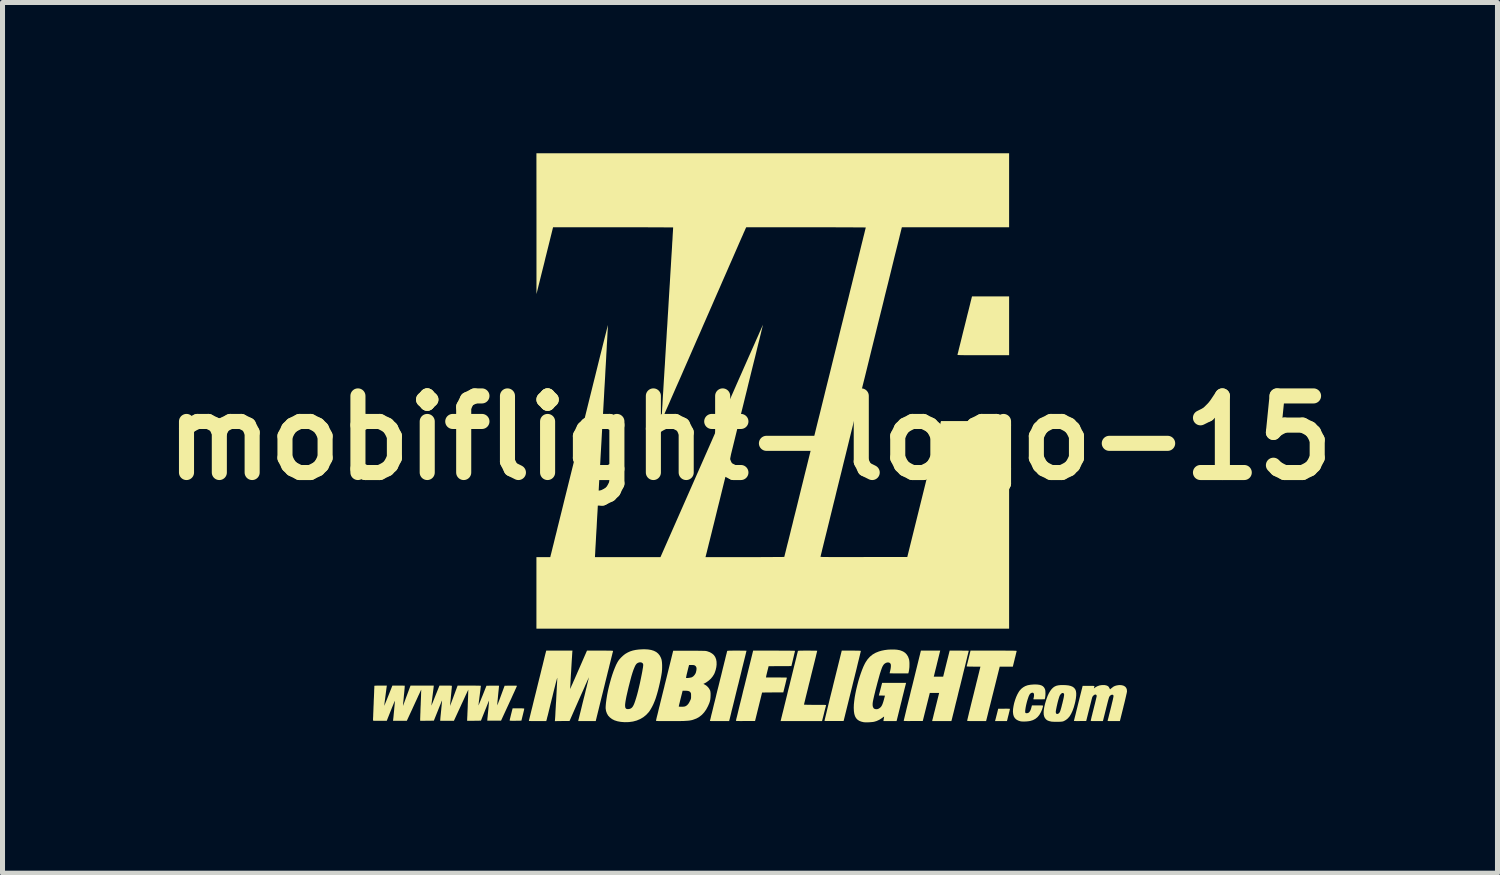
<source format=kicad_pcb>
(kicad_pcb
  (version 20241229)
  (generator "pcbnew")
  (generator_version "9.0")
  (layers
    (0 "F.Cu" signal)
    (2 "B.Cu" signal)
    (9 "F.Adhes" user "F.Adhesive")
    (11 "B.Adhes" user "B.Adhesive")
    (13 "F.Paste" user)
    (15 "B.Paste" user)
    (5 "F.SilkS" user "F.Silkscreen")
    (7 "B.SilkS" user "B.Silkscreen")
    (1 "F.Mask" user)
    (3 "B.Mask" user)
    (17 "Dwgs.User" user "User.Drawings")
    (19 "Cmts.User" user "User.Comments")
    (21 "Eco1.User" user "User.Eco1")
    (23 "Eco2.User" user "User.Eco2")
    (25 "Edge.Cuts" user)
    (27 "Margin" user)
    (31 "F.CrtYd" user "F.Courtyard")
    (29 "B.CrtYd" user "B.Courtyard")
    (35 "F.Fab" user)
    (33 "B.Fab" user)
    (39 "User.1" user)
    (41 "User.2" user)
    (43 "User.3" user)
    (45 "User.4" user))
  (footprint "mobiflight-logo-15"
    (layer "F.Cu")
    (at 11.873 5.662)
    (property "Reference" "mobiflight-logo-15" (at 0 0 0) (layer "F.SilkS") (effects (font (size 1.524 1.524) (thickness 0.3))))
    (attr board_only exclude_from_pos_files exclude_from_bom)
    (fp_poly (pts (xy 5.132 5.389) (xy 5.155 5.39) (xy 5.168 5.391) (xy 5.172 5.393) (xy 5.17 5.399) (xy 5.167 5.415) (xy 5.162 5.437) (xy 5.155 5.463) (xy 5.148 5.494) (xy 5.14 5.525) (xy 5.132 5.556) (xy 5.125 5.585) (xy 5.119 5.61) (xy 5.117 5.615) (xy 5.112 5.635) (xy 4.874 5.635) (xy 4.878 5.623) (xy 4.881 5.615) (xy 4.885 5.597) (xy 4.892 5.573) (xy 4.899 5.543) (xy 4.908 5.51) (xy 4.91 5.501) (xy 4.938 5.39) (xy 5.055 5.389) (xy 5.099 5.388)) (stroke (width 0) (type solid)) (fill yes) (layer "F.SilkS"))
    (fp_poly (pts (xy -4.57 5.382) (xy -4.541 5.382) (xy -4.52 5.383) (xy -4.506 5.384) (xy -4.498 5.385) (xy -4.494 5.387) (xy -4.492 5.39) (xy -4.492 5.391) (xy -4.494 5.399) (xy -4.497 5.416) (xy -4.503 5.44) (xy -4.51 5.469) (xy -4.518 5.502) (xy -4.521 5.514) (xy -4.549 5.627) (xy -4.666 5.629) (xy -4.71 5.629) (xy -4.744 5.629) (xy -4.767 5.628) (xy -4.78 5.626) (xy -4.783 5.625) (xy -4.782 5.618) (xy -4.779 5.603) (xy -4.774 5.581) (xy -4.767 5.554) (xy -4.76 5.524) (xy -4.752 5.492) (xy -4.744 5.461) (xy -4.737 5.432) (xy -4.73 5.407) (xy -4.729 5.402) (xy -4.724 5.382) (xy -4.608 5.382)) (stroke (width 0) (type solid)) (fill yes) (layer "F.SilkS"))
    (fp_poly (pts (xy 5.155 -1.645) (xy 4.64 -1.645) (xy 4.554 -1.645) (xy 4.478 -1.645) (xy 4.412 -1.645) (xy 4.354 -1.645) (xy 4.305 -1.645) (xy 4.263 -1.645) (xy 4.228 -1.646) (xy 4.2 -1.646) (xy 4.177 -1.647) (xy 4.16 -1.647) (xy 4.147 -1.648) (xy 4.138 -1.649) (xy 4.132 -1.65) (xy 4.129 -1.651) (xy 4.127 -1.653) (xy 4.128 -1.654) (xy 4.128 -1.654) (xy 4.129 -1.661) (xy 4.133 -1.677) (xy 4.14 -1.702) (xy 4.148 -1.736) (xy 4.158 -1.777) (xy 4.17 -1.825) (xy 4.184 -1.88) (xy 4.199 -1.94) (xy 4.215 -2.005) (xy 4.232 -2.075) (xy 4.25 -2.147) (xy 4.268 -2.218) (xy 4.287 -2.294) (xy 4.305 -2.367) (xy 4.322 -2.437) (xy 4.339 -2.503) (xy 4.354 -2.563) (xy 4.368 -2.619) (xy 4.38 -2.668) (xy 4.39 -2.71) (xy 4.399 -2.744) (xy 4.405 -2.77) (xy 4.41 -2.787) (xy 4.411 -2.794) (xy 4.417 -2.815) (xy 5.155 -2.815)) (stroke (width 0) (type solid)) (fill yes) (layer "F.SilkS"))
    (fp_poly (pts (xy 2.068 4.233) (xy 2.11 4.234) (xy 2.144 4.234) (xy 2.169 4.235) (xy 2.187 4.236) (xy 2.199 4.237) (xy 2.204 4.239) (xy 2.205 4.24) (xy 2.204 4.246) (xy 2.2 4.262) (xy 2.194 4.287) (xy 2.186 4.321) (xy 2.176 4.362) (xy 2.164 4.411) (xy 2.15 4.467) (xy 2.135 4.529) (xy 2.119 4.597) (xy 2.101 4.669) (xy 2.082 4.746) (xy 2.062 4.826) (xy 2.041 4.91) (xy 2.034 4.94) (xy 1.862 5.633) (xy 1.673 5.634) (xy 1.629 5.634) (xy 1.588 5.634) (xy 1.553 5.634) (xy 1.523 5.634) (xy 1.5 5.633) (xy 1.486 5.632) (xy 1.482 5.631) (xy 1.483 5.626) (xy 1.486 5.61) (xy 1.492 5.586) (xy 1.5 5.552) (xy 1.51 5.511) (xy 1.522 5.462) (xy 1.535 5.406) (xy 1.55 5.345) (xy 1.567 5.277) (xy 1.584 5.205) (xy 1.603 5.128) (xy 1.623 5.048) (xy 1.644 4.965) (xy 1.652 4.93) (xy 1.825 4.233) (xy 2.015 4.233)) (stroke (width 0) (type solid)) (fill yes) (layer "F.SilkS"))
    (fp_poly (pts (xy 0.545 4.233) (xy 0.607 4.234) (xy 0.666 4.234) (xy 0.72 4.234) (xy 0.768 4.234) (xy 0.81 4.235) (xy 0.844 4.235) (xy 0.87 4.236) (xy 0.888 4.237) (xy 0.895 4.237) (xy 0.895 4.237) (xy 0.894 4.243) (xy 0.891 4.259) (xy 0.885 4.282) (xy 0.878 4.311) (xy 0.87 4.345) (xy 0.861 4.383) (xy 0.859 4.391) (xy 0.823 4.541) (xy 0.596 4.542) (xy 0.37 4.543) (xy 0.347 4.635) (xy 0.339 4.667) (xy 0.332 4.696) (xy 0.326 4.721) (xy 0.322 4.739) (xy 0.321 4.747) (xy 0.317 4.767) (xy 0.525 4.767) (xy 0.572 4.767) (xy 0.614 4.768) (xy 0.652 4.768) (xy 0.684 4.769) (xy 0.709 4.769) (xy 0.726 4.77) (xy 0.733 4.771) (xy 0.733 4.771) (xy 0.732 4.777) (xy 0.729 4.792) (xy 0.723 4.815) (xy 0.716 4.844) (xy 0.708 4.879) (xy 0.699 4.916) (xy 0.698 4.919) (xy 0.662 5.064) (xy 0.451 5.065) (xy 0.24 5.067) (xy 0.17 5.35) (xy 0.1 5.633) (xy -0.09 5.634) (xy -0.143 5.634) (xy -0.185 5.635) (xy -0.218 5.634) (xy -0.244 5.634) (xy -0.261 5.633) (xy -0.273 5.632) (xy -0.279 5.63) (xy -0.281 5.629) (xy -0.279 5.623) (xy -0.276 5.607) (xy -0.27 5.582) (xy -0.261 5.548) (xy -0.251 5.507) (xy -0.239 5.457) (xy -0.226 5.402) (xy -0.211 5.34) (xy -0.194 5.272) (xy -0.176 5.2) (xy -0.157 5.123) (xy -0.138 5.042) (xy -0.117 4.959) (xy -0.109 4.928) (xy 0.062 4.233) (xy 0.479 4.233)) (stroke (width 0) (type solid)) (fill yes) (layer "F.SilkS"))
    (fp_poly (pts (xy -0.217 4.233) (xy -0.176 4.234) (xy -0.141 4.234) (xy -0.111 4.234) (xy -0.088 4.235) (xy -0.074 4.235) (xy -0.07 4.236) (xy -0.071 4.241) (xy -0.075 4.256) (xy -0.081 4.281) (xy -0.089 4.314) (xy -0.099 4.355) (xy -0.111 4.403) (xy -0.125 4.459) (xy -0.14 4.52) (xy -0.157 4.587) (xy -0.174 4.659) (xy -0.193 4.736) (xy -0.213 4.816) (xy -0.233 4.899) (xy -0.24 4.924) (xy -0.261 5.009) (xy -0.281 5.09) (xy -0.3 5.168) (xy -0.318 5.242) (xy -0.335 5.311) (xy -0.351 5.375) (xy -0.366 5.433) (xy -0.378 5.485) (xy -0.389 5.529) (xy -0.398 5.566) (xy -0.405 5.594) (xy -0.41 5.613) (xy -0.412 5.622) (xy -0.413 5.623) (xy -0.415 5.635) (xy -0.607 5.635) (xy -0.651 5.635) (xy -0.692 5.635) (xy -0.727 5.635) (xy -0.757 5.635) (xy -0.78 5.634) (xy -0.794 5.634) (xy -0.798 5.633) (xy -0.797 5.628) (xy -0.793 5.613) (xy -0.787 5.589) (xy -0.779 5.556) (xy -0.77 5.516) (xy -0.758 5.47) (xy -0.745 5.417) (xy -0.731 5.359) (xy -0.716 5.297) (xy -0.699 5.231) (xy -0.682 5.162) (xy -0.665 5.09) (xy -0.647 5.017) (xy -0.628 4.943) (xy -0.61 4.87) (xy -0.592 4.796) (xy -0.574 4.725) (xy -0.557 4.655) (xy -0.541 4.588) (xy -0.525 4.525) (xy -0.511 4.467) (xy -0.497 4.413) (xy -0.486 4.366) (xy -0.476 4.325) (xy -0.467 4.292) (xy -0.461 4.266) (xy -0.457 4.25) (xy -0.455 4.243) (xy -0.455 4.243) (xy -0.454 4.24) (xy -0.451 4.238) (xy -0.444 4.237) (xy -0.435 4.235) (xy -0.42 4.235) (xy -0.399 4.234) (xy -0.371 4.234) (xy -0.335 4.233) (xy -0.289 4.233) (xy -0.261 4.233)) (stroke (width 0) (type solid)) (fill yes) (layer "F.SilkS"))
    (fp_poly (pts (xy 4.206 4.233) (xy 4.246 4.234) (xy 4.282 4.234) (xy 4.312 4.234) (xy 4.334 4.235) (xy 4.348 4.236) (xy 4.352 4.236) (xy 4.351 4.242) (xy 4.347 4.257) (xy 4.341 4.281) (xy 4.333 4.313) (xy 4.323 4.353) (xy 4.312 4.4) (xy 4.299 4.452) (xy 4.285 4.51) (xy 4.27 4.572) (xy 4.253 4.638) (xy 4.236 4.707) (xy 4.219 4.779) (xy 4.201 4.851) (xy 4.183 4.925) (xy 4.164 4.999) (xy 4.146 5.071) (xy 4.129 5.143) (xy 4.112 5.212) (xy 4.095 5.278) (xy 4.08 5.34) (xy 4.066 5.398) (xy 4.053 5.451) (xy 4.041 5.498) (xy 4.031 5.538) (xy 4.023 5.571) (xy 4.017 5.595) (xy 4.013 5.61) (xy 4.012 5.615) (xy 4.006 5.635) (xy 3.624 5.635) (xy 3.626 5.623) (xy 3.628 5.616) (xy 3.632 5.599) (xy 3.639 5.574) (xy 3.647 5.541) (xy 3.656 5.502) (xy 3.667 5.458) (xy 3.68 5.409) (xy 3.692 5.358) (xy 3.696 5.343) (xy 3.763 5.075) (xy 3.577 5.075) (xy 3.507 5.354) (xy 3.437 5.633) (xy 3.247 5.634) (xy 3.195 5.634) (xy 3.153 5.635) (xy 3.12 5.634) (xy 3.094 5.634) (xy 3.077 5.633) (xy 3.065 5.632) (xy 3.059 5.63) (xy 3.058 5.629) (xy 3.059 5.623) (xy 3.063 5.607) (xy 3.069 5.582) (xy 3.077 5.548) (xy 3.087 5.507) (xy 3.099 5.457) (xy 3.112 5.402) (xy 3.127 5.34) (xy 3.144 5.272) (xy 3.162 5.2) (xy 3.181 5.123) (xy 3.2 5.042) (xy 3.221 4.959) (xy 3.229 4.928) (xy 3.4 4.233) (xy 3.592 4.233) (xy 3.784 4.233) (xy 3.723 4.48) (xy 3.711 4.53) (xy 3.699 4.578) (xy 3.688 4.621) (xy 3.679 4.659) (xy 3.671 4.691) (xy 3.665 4.716) (xy 3.661 4.732) (xy 3.659 4.739) (xy 3.656 4.751) (xy 3.843 4.751) (xy 3.907 4.492) (xy 3.972 4.233) (xy 4.162 4.233)) (stroke (width 0) (type solid)) (fill yes) (layer "F.SilkS"))
    (fp_poly (pts (xy 4.929 4.233) (xy 5 4.233) (xy 5.061 4.233) (xy 5.114 4.234) (xy 5.159 4.234) (xy 5.196 4.234) (xy 5.226 4.234) (xy 5.251 4.235) (xy 5.269 4.236) (xy 5.283 4.236) (xy 5.293 4.237) (xy 5.3 4.238) (xy 5.304 4.239) (xy 5.305 4.241) (xy 5.305 4.243) (xy 5.305 4.243) (xy 5.303 4.25) (xy 5.299 4.267) (xy 5.293 4.291) (xy 5.286 4.321) (xy 5.277 4.357) (xy 5.267 4.395) (xy 5.266 4.402) (xy 5.229 4.552) (xy 4.968 4.552) (xy 4.838 5.073) (xy 4.819 5.147) (xy 4.802 5.217) (xy 4.785 5.285) (xy 4.769 5.348) (xy 4.754 5.406) (xy 4.741 5.459) (xy 4.73 5.505) (xy 4.72 5.544) (xy 4.712 5.576) (xy 4.706 5.599) (xy 4.703 5.612) (xy 4.702 5.615) (xy 4.697 5.635) (xy 4.508 5.635) (xy 4.457 5.635) (xy 4.416 5.635) (xy 4.384 5.635) (xy 4.359 5.634) (xy 4.342 5.633) (xy 4.33 5.632) (xy 4.323 5.631) (xy 4.32 5.629) (xy 4.32 5.628) (xy 4.321 5.622) (xy 4.325 5.606) (xy 4.331 5.581) (xy 4.339 5.547) (xy 4.349 5.506) (xy 4.36 5.458) (xy 4.374 5.404) (xy 4.388 5.345) (xy 4.404 5.28) (xy 4.421 5.212) (xy 4.439 5.14) (xy 4.452 5.088) (xy 4.47 5.014) (xy 4.488 4.943) (xy 4.504 4.876) (xy 4.52 4.814) (xy 4.534 4.756) (xy 4.547 4.704) (xy 4.558 4.659) (xy 4.567 4.621) (xy 4.575 4.59) (xy 4.58 4.569) (xy 4.583 4.556) (xy 4.584 4.553) (xy 4.579 4.553) (xy 4.564 4.552) (xy 4.542 4.552) (xy 4.513 4.552) (xy 4.479 4.552) (xy 4.446 4.552) (xy 4.402 4.551) (xy 4.368 4.551) (xy 4.343 4.55) (xy 4.326 4.549) (xy 4.315 4.548) (xy 4.311 4.546) (xy 4.31 4.545) (xy 4.312 4.538) (xy 4.316 4.522) (xy 4.322 4.498) (xy 4.33 4.468) (xy 4.338 4.434) (xy 4.348 4.395) (xy 4.35 4.386) (xy 4.387 4.233) (xy 4.847 4.233)) (stroke (width 0) (type solid)) (fill yes) (layer "F.SilkS"))
    (fp_poly (pts (xy 6.284 4.92) (xy 6.338 4.926) (xy 6.383 4.937) (xy 6.42 4.953) (xy 6.448 4.974) (xy 6.47 5.002) (xy 6.484 5.036) (xy 6.49 5.077) (xy 6.49 5.125) (xy 6.484 5.182) (xy 6.472 5.247) (xy 6.463 5.285) (xy 6.441 5.364) (xy 6.416 5.433) (xy 6.388 5.492) (xy 6.358 5.542) (xy 6.323 5.582) (xy 6.286 5.612) (xy 6.245 5.635) (xy 6.241 5.636) (xy 6.228 5.641) (xy 6.215 5.644) (xy 6.199 5.646) (xy 6.18 5.648) (xy 6.153 5.649) (xy 6.118 5.65) (xy 6.118 5.65) (xy 6.069 5.65) (xy 6.029 5.648) (xy 5.998 5.646) (xy 5.989 5.644) (xy 5.952 5.635) (xy 5.924 5.625) (xy 5.901 5.611) (xy 5.888 5.599) (xy 5.867 5.574) (xy 5.853 5.544) (xy 5.844 5.508) (xy 5.842 5.466) (xy 5.842 5.455) (xy 6.083 5.455) (xy 6.087 5.477) (xy 6.097 5.49) (xy 6.111 5.494) (xy 6.129 5.49) (xy 6.143 5.481) (xy 6.151 5.473) (xy 6.159 5.463) (xy 6.166 5.45) (xy 6.173 5.433) (xy 6.18 5.411) (xy 6.189 5.381) (xy 6.199 5.344) (xy 6.21 5.298) (xy 6.213 5.29) (xy 6.225 5.239) (xy 6.235 5.197) (xy 6.242 5.164) (xy 6.246 5.138) (xy 6.249 5.119) (xy 6.249 5.104) (xy 6.247 5.094) (xy 6.243 5.087) (xy 6.242 5.085) (xy 6.228 5.076) (xy 6.211 5.077) (xy 6.194 5.087) (xy 6.177 5.105) (xy 6.163 5.127) (xy 6.156 5.143) (xy 6.148 5.167) (xy 6.138 5.199) (xy 6.128 5.235) (xy 6.118 5.274) (xy 6.109 5.314) (xy 6.1 5.353) (xy 6.093 5.389) (xy 6.087 5.42) (xy 6.084 5.444) (xy 6.083 5.455) (xy 5.842 5.455) (xy 5.845 5.416) (xy 5.854 5.359) (xy 5.869 5.294) (xy 5.875 5.273) (xy 5.898 5.197) (xy 5.922 5.132) (xy 5.948 5.077) (xy 5.977 5.03) (xy 6.004 4.995) (xy 6.032 4.968) (xy 6.061 4.948) (xy 6.094 4.933) (xy 6.132 4.924) (xy 6.176 4.919) (xy 6.221 4.918)) (stroke (width 0) (type solid)) (fill yes) (layer "F.SilkS"))
    (fp_poly (pts (xy 1.191 4.233) (xy 1.231 4.234) (xy 1.267 4.234) (xy 1.297 4.234) (xy 1.319 4.235) (xy 1.333 4.235) (xy 1.337 4.236) (xy 1.336 4.241) (xy 1.332 4.256) (xy 1.326 4.281) (xy 1.318 4.313) (xy 1.309 4.353) (xy 1.297 4.401) (xy 1.284 4.454) (xy 1.269 4.514) (xy 1.253 4.578) (xy 1.236 4.646) (xy 1.218 4.717) (xy 1.205 4.771) (xy 1.187 4.845) (xy 1.169 4.915) (xy 1.153 4.983) (xy 1.137 5.046) (xy 1.123 5.103) (xy 1.11 5.155) (xy 1.099 5.201) (xy 1.09 5.239) (xy 1.082 5.27) (xy 1.077 5.292) (xy 1.074 5.305) (xy 1.073 5.308) (xy 1.078 5.309) (xy 1.093 5.309) (xy 1.117 5.31) (xy 1.147 5.311) (xy 1.185 5.311) (xy 1.227 5.312) (xy 1.273 5.312) (xy 1.295 5.312) (xy 1.35 5.312) (xy 1.395 5.312) (xy 1.432 5.312) (xy 1.46 5.313) (xy 1.482 5.313) (xy 1.497 5.314) (xy 1.506 5.315) (xy 1.512 5.317) (xy 1.514 5.319) (xy 1.513 5.32) (xy 1.511 5.327) (xy 1.507 5.343) (xy 1.501 5.367) (xy 1.493 5.397) (xy 1.484 5.432) (xy 1.474 5.471) (xy 1.472 5.482) (xy 1.433 5.635) (xy 0.608 5.635) (xy 0.612 5.621) (xy 0.614 5.614) (xy 0.618 5.597) (xy 0.624 5.571) (xy 0.633 5.536) (xy 0.643 5.494) (xy 0.656 5.444) (xy 0.67 5.387) (xy 0.685 5.325) (xy 0.702 5.257) (xy 0.72 5.184) (xy 0.739 5.107) (xy 0.758 5.027) (xy 0.779 4.944) (xy 0.783 4.929) (xy 0.803 4.846) (xy 0.823 4.765) (xy 0.842 4.688) (xy 0.86 4.615) (xy 0.877 4.546) (xy 0.893 4.483) (xy 0.907 4.426) (xy 0.92 4.375) (xy 0.93 4.332) (xy 0.939 4.296) (xy 0.946 4.269) (xy 0.95 4.251) (xy 0.952 4.243) (xy 0.952 4.243) (xy 0.954 4.24) (xy 0.957 4.238) (xy 0.963 4.237) (xy 0.973 4.235) (xy 0.988 4.235) (xy 1.009 4.234) (xy 1.037 4.234) (xy 1.073 4.233) (xy 1.118 4.233) (xy 1.146 4.233)) (stroke (width 0) (type solid)) (fill yes) (layer "F.SilkS"))
    (fp_poly (pts (xy 5.716 4.908) (xy 5.761 4.914) (xy 5.797 4.925) (xy 5.826 4.941) (xy 5.849 4.964) (xy 5.865 4.992) (xy 5.87 5.005) (xy 5.875 5.025) (xy 5.877 5.052) (xy 5.878 5.084) (xy 5.877 5.118) (xy 5.874 5.149) (xy 5.871 5.169) (xy 5.864 5.201) (xy 5.749 5.203) (xy 5.711 5.203) (xy 5.683 5.203) (xy 5.663 5.203) (xy 5.649 5.202) (xy 5.641 5.201) (xy 5.638 5.199) (xy 5.637 5.196) (xy 5.638 5.195) (xy 5.647 5.159) (xy 5.651 5.127) (xy 5.65 5.101) (xy 5.644 5.083) (xy 5.643 5.081) (xy 5.631 5.072) (xy 5.614 5.07) (xy 5.595 5.076) (xy 5.577 5.088) (xy 5.565 5.102) (xy 5.555 5.12) (xy 5.543 5.146) (xy 5.532 5.178) (xy 5.52 5.215) (xy 5.509 5.253) (xy 5.499 5.293) (xy 5.49 5.333) (xy 5.483 5.37) (xy 5.478 5.404) (xy 5.475 5.433) (xy 5.475 5.455) (xy 5.478 5.469) (xy 5.479 5.471) (xy 5.49 5.477) (xy 5.508 5.479) (xy 5.527 5.475) (xy 5.542 5.469) (xy 5.556 5.457) (xy 5.569 5.44) (xy 5.581 5.417) (xy 5.592 5.386) (xy 5.603 5.346) (xy 5.609 5.323) (xy 5.719 5.323) (xy 5.757 5.323) (xy 5.785 5.323) (xy 5.805 5.324) (xy 5.818 5.325) (xy 5.825 5.326) (xy 5.829 5.329) (xy 5.83 5.331) (xy 5.827 5.35) (xy 5.82 5.375) (xy 5.81 5.406) (xy 5.797 5.438) (xy 5.786 5.461) (xy 5.756 5.513) (xy 5.72 5.556) (xy 5.677 5.591) (xy 5.629 5.616) (xy 5.574 5.633) (xy 5.573 5.633) (xy 5.541 5.638) (xy 5.504 5.642) (xy 5.466 5.644) (xy 5.429 5.644) (xy 5.398 5.642) (xy 5.379 5.639) (xy 5.334 5.624) (xy 5.297 5.603) (xy 5.268 5.575) (xy 5.248 5.541) (xy 5.236 5.499) (xy 5.231 5.45) (xy 5.231 5.444) (xy 5.234 5.392) (xy 5.243 5.335) (xy 5.256 5.275) (xy 5.274 5.215) (xy 5.295 5.157) (xy 5.319 5.104) (xy 5.345 5.058) (xy 5.363 5.031) (xy 5.397 4.993) (xy 5.435 4.963) (xy 5.477 4.939) (xy 5.525 4.922) (xy 5.58 4.912) (xy 5.644 4.907) (xy 5.662 4.906)) (stroke (width 0) (type solid)) (fill yes) (layer "F.SilkS"))
    (fp_poly (pts (xy -2.029 4.21) (xy -1.967 4.22) (xy -1.913 4.237) (xy -1.866 4.261) (xy -1.828 4.292) (xy -1.797 4.33) (xy -1.773 4.376) (xy -1.76 4.414) (xy -1.755 4.443) (xy -1.751 4.479) (xy -1.749 4.521) (xy -1.749 4.566) (xy -1.75 4.611) (xy -1.754 4.653) (xy -1.755 4.665) (xy -1.765 4.728) (xy -1.778 4.798) (xy -1.794 4.873) (xy -1.812 4.951) (xy -1.831 5.028) (xy -1.852 5.102) (xy -1.873 5.17) (xy -1.882 5.197) (xy -1.902 5.249) (xy -1.924 5.301) (xy -1.949 5.351) (xy -1.975 5.397) (xy -2 5.437) (xy -2.015 5.457) (xy -2.066 5.512) (xy -2.123 5.558) (xy -2.186 5.595) (xy -2.255 5.624) (xy -2.329 5.644) (xy -2.409 5.655) (xy -2.494 5.657) (xy -2.572 5.651) (xy -2.637 5.639) (xy -2.695 5.621) (xy -2.746 5.595) (xy -2.788 5.563) (xy -2.823 5.526) (xy -2.848 5.482) (xy -2.865 5.434) (xy -2.873 5.38) (xy -2.872 5.342) (xy -2.87 5.314) (xy -2.486 5.314) (xy -2.485 5.339) (xy -2.483 5.359) (xy -2.478 5.373) (xy -2.47 5.384) (xy -2.461 5.391) (xy -2.457 5.393) (xy -2.435 5.397) (xy -2.409 5.396) (xy -2.384 5.389) (xy -2.381 5.388) (xy -2.362 5.377) (xy -2.346 5.363) (xy -2.331 5.343) (xy -2.316 5.316) (xy -2.301 5.281) (xy -2.286 5.238) (xy -2.282 5.226) (xy -2.264 5.169) (xy -2.246 5.107) (xy -2.228 5.039) (xy -2.21 4.964) (xy -2.191 4.882) (xy -2.172 4.791) (xy -2.152 4.691) (xy -2.143 4.644) (xy -2.136 4.601) (xy -2.13 4.568) (xy -2.127 4.541) (xy -2.125 4.522) (xy -2.126 4.507) (xy -2.129 4.496) (xy -2.135 4.487) (xy -2.137 4.484) (xy -2.155 4.471) (xy -2.177 4.466) (xy -2.202 4.467) (xy -2.228 4.475) (xy -2.251 4.489) (xy -2.266 4.505) (xy -2.283 4.531) (xy -2.3 4.568) (xy -2.319 4.615) (xy -2.339 4.673) (xy -2.36 4.742) (xy -2.381 4.821) (xy -2.404 4.911) (xy -2.411 4.937) (xy -2.43 5.017) (xy -2.446 5.087) (xy -2.46 5.148) (xy -2.47 5.201) (xy -2.478 5.246) (xy -2.483 5.283) (xy -2.486 5.314) (xy -2.87 5.314) (xy -2.866 5.27) (xy -2.856 5.195) (xy -2.843 5.115) (xy -2.827 5.034) (xy -2.808 4.952) (xy -2.787 4.871) (xy -2.765 4.791) (xy -2.741 4.714) (xy -2.716 4.642) (xy -2.69 4.576) (xy -2.665 4.517) (xy -2.639 4.467) (xy -2.619 4.434) (xy -2.594 4.401) (xy -2.562 4.367) (xy -2.527 4.334) (xy -2.491 4.305) (xy -2.478 4.296) (xy -2.431 4.269) (xy -2.382 4.247) (xy -2.331 4.231) (xy -2.274 4.219) (xy -2.212 4.211) (xy -2.141 4.207) (xy -2.1 4.206)) (stroke (width 0) (type solid)) (fill yes) (layer "F.SilkS"))
    (fp_poly (pts (xy 2.867 4.211) (xy 2.924 4.215) (xy 2.974 4.224) (xy 2.995 4.23) (xy 3.045 4.25) (xy 3.086 4.277) (xy 3.118 4.311) (xy 3.144 4.352) (xy 3.162 4.401) (xy 3.164 4.407) (xy 3.169 4.438) (xy 3.172 4.475) (xy 3.172 4.518) (xy 3.171 4.562) (xy 3.166 4.605) (xy 3.16 4.644) (xy 3.155 4.666) (xy 3.149 4.686) (xy 2.963 4.686) (xy 2.92 4.686) (xy 2.88 4.686) (xy 2.845 4.686) (xy 2.816 4.685) (xy 2.794 4.685) (xy 2.781 4.684) (xy 2.777 4.684) (xy 2.778 4.678) (xy 2.782 4.664) (xy 2.786 4.645) (xy 2.788 4.638) (xy 2.797 4.595) (xy 2.802 4.558) (xy 2.803 4.527) (xy 2.8 4.505) (xy 2.799 4.502) (xy 2.788 4.484) (xy 2.771 4.473) (xy 2.749 4.468) (xy 2.725 4.47) (xy 2.7 4.479) (xy 2.677 4.494) (xy 2.668 4.502) (xy 2.656 4.516) (xy 2.645 4.533) (xy 2.634 4.553) (xy 2.623 4.579) (xy 2.611 4.613) (xy 2.608 4.62) (xy 2.598 4.652) (xy 2.585 4.692) (xy 2.572 4.738) (xy 2.558 4.789) (xy 2.543 4.843) (xy 2.528 4.899) (xy 2.513 4.957) (xy 2.498 5.014) (xy 2.485 5.069) (xy 2.472 5.121) (xy 2.461 5.169) (xy 2.452 5.21) (xy 2.445 5.245) (xy 2.441 5.272) (xy 2.44 5.28) (xy 2.439 5.318) (xy 2.444 5.349) (xy 2.456 5.374) (xy 2.465 5.385) (xy 2.485 5.395) (xy 2.509 5.399) (xy 2.536 5.397) (xy 2.559 5.388) (xy 2.562 5.387) (xy 2.582 5.373) (xy 2.6 5.358) (xy 2.614 5.34) (xy 2.627 5.317) (xy 2.639 5.288) (xy 2.651 5.253) (xy 2.664 5.208) (xy 2.666 5.199) (xy 2.685 5.129) (xy 2.624 5.127) (xy 2.563 5.126) (xy 2.596 5) (xy 2.628 4.875) (xy 3.105 4.875) (xy 3.073 5) (xy 3.065 5.032) (xy 3.055 5.073) (xy 3.043 5.121) (xy 3.03 5.173) (xy 3.017 5.229) (xy 3.002 5.287) (xy 2.988 5.344) (xy 2.979 5.381) (xy 2.916 5.635) (xy 2.654 5.635) (xy 2.656 5.621) (xy 2.661 5.59) (xy 2.665 5.568) (xy 2.667 5.555) (xy 2.668 5.548) (xy 2.667 5.545) (xy 2.663 5.548) (xy 2.652 5.555) (xy 2.636 5.567) (xy 2.627 5.574) (xy 2.573 5.609) (xy 2.518 5.634) (xy 2.467 5.649) (xy 2.441 5.653) (xy 2.409 5.656) (xy 2.374 5.659) (xy 2.338 5.66) (xy 2.305 5.66) (xy 2.276 5.659) (xy 2.258 5.657) (xy 2.21 5.645) (xy 2.169 5.628) (xy 2.136 5.605) (xy 2.109 5.575) (xy 2.089 5.538) (xy 2.075 5.493) (xy 2.067 5.44) (xy 2.064 5.378) (xy 2.064 5.366) (xy 2.066 5.305) (xy 2.073 5.237) (xy 2.083 5.163) (xy 2.097 5.085) (xy 2.114 5.004) (xy 2.134 4.922) (xy 2.155 4.841) (xy 2.179 4.762) (xy 2.204 4.686) (xy 2.23 4.615) (xy 2.256 4.551) (xy 2.283 4.495) (xy 2.302 4.461) (xy 2.342 4.402) (xy 2.388 4.352) (xy 2.44 4.31) (xy 2.499 4.276) (xy 2.564 4.25) (xy 2.62 4.234) (xy 2.68 4.222) (xy 2.743 4.214) (xy 2.806 4.211)) (stroke (width 0) (type solid)) (fill yes) (layer "F.SilkS"))
    (fp_poly (pts (xy 7.058 4.919) (xy 7.091 4.926) (xy 7.117 4.937) (xy 7.136 4.953) (xy 7.149 4.975) (xy 7.163 5.004) (xy 7.191 4.981) (xy 7.209 4.967) (xy 7.226 4.954) (xy 7.237 4.947) (xy 7.263 4.935) (xy 7.295 4.926) (xy 7.33 4.92) (xy 7.357 4.918) (xy 7.4 4.922) (xy 7.437 4.933) (xy 7.465 4.951) (xy 7.485 4.975) (xy 7.497 5.005) (xy 7.5 5.041) (xy 7.5 5.048) (xy 7.498 5.06) (xy 7.494 5.081) (xy 7.487 5.11) (xy 7.479 5.146) (xy 7.469 5.189) (xy 7.458 5.236) (xy 7.446 5.286) (xy 7.432 5.34) (xy 7.428 5.359) (xy 7.359 5.635) (xy 7.235 5.635) (xy 7.196 5.635) (xy 7.166 5.635) (xy 7.144 5.635) (xy 7.129 5.634) (xy 7.121 5.633) (xy 7.116 5.631) (xy 7.115 5.628) (xy 7.115 5.626) (xy 7.117 5.619) (xy 7.121 5.603) (xy 7.128 5.578) (xy 7.136 5.546) (xy 7.145 5.508) (xy 7.156 5.465) (xy 7.168 5.418) (xy 7.178 5.377) (xy 7.192 5.321) (xy 7.203 5.273) (xy 7.213 5.235) (xy 7.22 5.204) (xy 7.225 5.179) (xy 7.229 5.161) (xy 7.231 5.147) (xy 7.232 5.137) (xy 7.232 5.13) (xy 7.231 5.126) (xy 7.23 5.124) (xy 7.22 5.113) (xy 7.205 5.11) (xy 7.188 5.114) (xy 7.171 5.124) (xy 7.156 5.14) (xy 7.145 5.158) (xy 7.142 5.168) (xy 7.136 5.187) (xy 7.128 5.214) (xy 7.119 5.248) (xy 7.109 5.287) (xy 7.098 5.331) (xy 7.086 5.377) (xy 7.084 5.387) (xy 7.072 5.434) (xy 7.061 5.478) (xy 7.051 5.518) (xy 7.042 5.553) (xy 7.035 5.581) (xy 7.03 5.602) (xy 7.027 5.614) (xy 7.026 5.615) (xy 7.021 5.635) (xy 6.9 5.635) (xy 6.86 5.635) (xy 6.831 5.635) (xy 6.809 5.635) (xy 6.794 5.634) (xy 6.785 5.632) (xy 6.78 5.63) (xy 6.779 5.628) (xy 6.779 5.627) (xy 6.78 5.62) (xy 6.784 5.604) (xy 6.79 5.579) (xy 6.797 5.547) (xy 6.807 5.51) (xy 6.817 5.467) (xy 6.829 5.421) (xy 6.838 5.385) (xy 6.85 5.336) (xy 6.862 5.29) (xy 6.872 5.248) (xy 6.881 5.21) (xy 6.888 5.18) (xy 6.894 5.156) (xy 6.897 5.141) (xy 6.897 5.136) (xy 6.894 5.119) (xy 6.883 5.109) (xy 6.87 5.107) (xy 6.854 5.111) (xy 6.837 5.123) (xy 6.822 5.138) (xy 6.811 5.156) (xy 6.808 5.164) (xy 6.803 5.182) (xy 6.796 5.208) (xy 6.788 5.241) (xy 6.778 5.28) (xy 6.767 5.323) (xy 6.755 5.37) (xy 6.747 5.402) (xy 6.689 5.633) (xy 6.567 5.634) (xy 6.532 5.635) (xy 6.501 5.635) (xy 6.475 5.634) (xy 6.456 5.634) (xy 6.446 5.633) (xy 6.444 5.633) (xy 6.446 5.627) (xy 6.449 5.612) (xy 6.455 5.588) (xy 6.463 5.556) (xy 6.473 5.518) (xy 6.484 5.473) (xy 6.496 5.423) (xy 6.51 5.368) (xy 6.524 5.31) (xy 6.531 5.282) (xy 6.618 4.934) (xy 6.737 4.934) (xy 6.775 4.934) (xy 6.804 4.935) (xy 6.825 4.935) (xy 6.839 4.936) (xy 6.848 4.937) (xy 6.852 4.939) (xy 6.853 4.942) (xy 6.852 4.944) (xy 6.849 4.956) (xy 6.845 4.969) (xy 6.842 4.986) (xy 6.861 4.97) (xy 6.905 4.944) (xy 6.954 4.926) (xy 7.006 4.918)) (stroke (width 0) (type solid)) (fill yes) (layer "F.SilkS"))
    (fp_poly (pts (xy -1.14 4.236) (xy -1.083 4.236) (xy -1.034 4.236) (xy -0.994 4.237) (xy -0.96 4.237) (xy -0.933 4.238) (xy -0.912 4.238) (xy -0.895 4.239) (xy -0.881 4.24) (xy -0.87 4.242) (xy -0.861 4.244) (xy -0.853 4.246) (xy -0.852 4.246) (xy -0.799 4.265) (xy -0.755 4.291) (xy -0.719 4.322) (xy -0.693 4.36) (xy -0.675 4.405) (xy -0.666 4.455) (xy -0.665 4.513) (xy -0.665 4.513) (xy -0.671 4.564) (xy -0.683 4.616) (xy -0.699 4.665) (xy -0.712 4.696) (xy -0.741 4.744) (xy -0.778 4.79) (xy -0.822 4.83) (xy -0.869 4.864) (xy -0.893 4.878) (xy -0.928 4.895) (xy -0.898 4.911) (xy -0.868 4.93) (xy -0.839 4.957) (xy -0.815 4.987) (xy -0.798 5.018) (xy -0.797 5.019) (xy -0.792 5.033) (xy -0.789 5.047) (xy -0.787 5.063) (xy -0.785 5.084) (xy -0.785 5.112) (xy -0.785 5.123) (xy -0.787 5.167) (xy -0.791 5.206) (xy -0.799 5.243) (xy -0.812 5.282) (xy -0.831 5.325) (xy -0.835 5.335) (xy -0.871 5.403) (xy -0.912 5.461) (xy -0.957 5.51) (xy -1.009 5.551) (xy -1.067 5.584) (xy -1.131 5.608) (xy -1.141 5.611) (xy -1.159 5.616) (xy -1.179 5.62) (xy -1.2 5.624) (xy -1.224 5.627) (xy -1.251 5.629) (xy -1.283 5.631) (xy -1.32 5.633) (xy -1.364 5.634) (xy -1.415 5.635) (xy -1.475 5.635) (xy -1.544 5.635) (xy -1.587 5.635) (xy -1.65 5.635) (xy -1.702 5.635) (xy -1.746 5.635) (xy -1.782 5.635) (xy -1.81 5.635) (xy -1.831 5.634) (xy -1.847 5.633) (xy -1.858 5.632) (xy -1.865 5.631) (xy -1.869 5.63) (xy -1.871 5.628) (xy -1.871 5.626) (xy -1.87 5.62) (xy -1.866 5.604) (xy -1.86 5.578) (xy -1.852 5.544) (xy -1.841 5.502) (xy -1.829 5.453) (xy -1.816 5.397) (xy -1.803 5.344) (xy -1.418 5.344) (xy -1.413 5.347) (xy -1.399 5.349) (xy -1.376 5.35) (xy -1.361 5.35) (xy -1.335 5.349) (xy -1.315 5.348) (xy -1.301 5.345) (xy -1.288 5.341) (xy -1.278 5.336) (xy -1.257 5.323) (xy -1.238 5.304) (xy -1.219 5.28) (xy -1.201 5.247) (xy -1.196 5.236) (xy -1.185 5.215) (xy -1.179 5.199) (xy -1.175 5.184) (xy -1.173 5.168) (xy -1.173 5.145) (xy -1.173 5.136) (xy -1.173 5.11) (xy -1.174 5.092) (xy -1.177 5.079) (xy -1.181 5.07) (xy -1.184 5.066) (xy -1.197 5.051) (xy -1.214 5.041) (xy -1.235 5.035) (xy -1.263 5.032) (xy -1.287 5.031) (xy -1.341 5.031) (xy -1.38 5.185) (xy -1.39 5.224) (xy -1.398 5.26) (xy -1.406 5.291) (xy -1.412 5.317) (xy -1.416 5.334) (xy -1.418 5.343) (xy -1.418 5.344) (xy -1.803 5.344) (xy -1.8 5.335) (xy -1.784 5.267) (xy -1.766 5.195) (xy -1.747 5.118) (xy -1.727 5.037) (xy -1.706 4.954) (xy -1.7 4.926) (xy -1.662 4.775) (xy -1.274 4.775) (xy -1.273 4.776) (xy -1.265 4.778) (xy -1.25 4.778) (xy -1.229 4.777) (xy -1.207 4.774) (xy -1.185 4.77) (xy -1.166 4.766) (xy -1.155 4.762) (xy -1.128 4.744) (xy -1.104 4.718) (xy -1.085 4.688) (xy -1.076 4.665) (xy -1.067 4.624) (xy -1.064 4.591) (xy -1.068 4.565) (xy -1.079 4.545) (xy -1.096 4.53) (xy -1.107 4.525) (xy -1.12 4.521) (xy -1.139 4.52) (xy -1.163 4.519) (xy -1.213 4.519) (xy -1.218 4.539) (xy -1.229 4.58) (xy -1.239 4.62) (xy -1.248 4.658) (xy -1.257 4.693) (xy -1.264 4.724) (xy -1.269 4.749) (xy -1.272 4.766) (xy -1.274 4.775) (xy -1.662 4.775) (xy -1.529 4.236) (xy -1.208 4.236)) (stroke (width 0) (type solid)) (fill yes) (layer "F.SilkS"))
    (fp_poly (pts (xy -3.536 4.262) (xy -3.537 4.274) (xy -3.538 4.295) (xy -3.54 4.324) (xy -3.542 4.36) (xy -3.545 4.402) (xy -3.548 4.448) (xy -3.551 4.498) (xy -3.554 4.55) (xy -3.557 4.605) (xy -3.56 4.659) (xy -3.564 4.713) (xy -3.567 4.765) (xy -3.57 4.815) (xy -3.572 4.861) (xy -3.574 4.902) (xy -3.576 4.937) (xy -3.578 4.964) (xy -3.579 4.984) (xy -3.579 4.995) (xy -3.579 4.997) (xy -3.577 4.992) (xy -3.571 4.978) (xy -3.561 4.956) (xy -3.548 4.926) (xy -3.531 4.89) (xy -3.513 4.847) (xy -3.491 4.799) (xy -3.468 4.746) (xy -3.443 4.689) (xy -3.417 4.629) (xy -3.411 4.616) (xy -3.244 4.233) (xy -2.983 4.233) (xy -2.924 4.233) (xy -2.874 4.233) (xy -2.833 4.234) (xy -2.8 4.234) (xy -2.775 4.234) (xy -2.756 4.235) (xy -2.742 4.236) (xy -2.733 4.237) (xy -2.728 4.238) (xy -2.726 4.24) (xy -2.725 4.242) (xy -2.726 4.243) (xy -2.727 4.249) (xy -2.731 4.265) (xy -2.738 4.29) (xy -2.746 4.324) (xy -2.756 4.364) (xy -2.768 4.412) (xy -2.781 4.465) (xy -2.796 4.524) (xy -2.811 4.587) (xy -2.828 4.653) (xy -2.845 4.723) (xy -2.863 4.795) (xy -2.881 4.868) (xy -2.899 4.942) (xy -2.917 5.015) (xy -2.935 5.088) (xy -2.953 5.159) (xy -2.97 5.228) (xy -2.986 5.293) (xy -3.001 5.355) (xy -3.015 5.412) (xy -3.028 5.464) (xy -3.039 5.509) (xy -3.049 5.548) (xy -3.056 5.579) (xy -3.062 5.601) (xy -3.065 5.615) (xy -3.066 5.618) (xy -3.069 5.635) (xy -3.419 5.635) (xy -3.416 5.623) (xy -3.415 5.616) (xy -3.411 5.6) (xy -3.404 5.574) (xy -3.396 5.541) (xy -3.386 5.5) (xy -3.374 5.452) (xy -3.361 5.4) (xy -3.347 5.342) (xy -3.332 5.28) (xy -3.316 5.216) (xy -3.309 5.188) (xy -3.292 5.122) (xy -3.277 5.06) (xy -3.263 5.001) (xy -3.249 4.947) (xy -3.238 4.899) (xy -3.227 4.856) (xy -3.219 4.821) (xy -3.212 4.793) (xy -3.208 4.774) (xy -3.206 4.764) (xy -3.205 4.763) (xy -3.208 4.768) (xy -3.214 4.782) (xy -3.224 4.804) (xy -3.238 4.834) (xy -3.254 4.871) (xy -3.274 4.914) (xy -3.295 4.964) (xy -3.319 5.018) (xy -3.345 5.076) (xy -3.373 5.138) (xy -3.399 5.197) (xy -3.591 5.633) (xy -3.737 5.634) (xy -3.883 5.636) (xy -3.88 5.602) (xy -3.879 5.587) (xy -3.877 5.563) (xy -3.875 5.532) (xy -3.873 5.493) (xy -3.871 5.449) (xy -3.868 5.399) (xy -3.865 5.346) (xy -3.862 5.29) (xy -3.858 5.233) (xy -3.855 5.174) (xy -3.852 5.116) (xy -3.849 5.06) (xy -3.846 5.005) (xy -3.844 4.954) (xy -3.841 4.907) (xy -3.839 4.866) (xy -3.837 4.831) (xy -3.836 4.804) (xy -3.835 4.785) (xy -3.835 4.775) (xy -3.835 4.774) (xy -3.837 4.778) (xy -3.841 4.79) (xy -3.847 4.812) (xy -3.855 4.842) (xy -3.865 4.879) (xy -3.876 4.924) (xy -3.889 4.974) (xy -3.903 5.029) (xy -3.918 5.089) (xy -3.933 5.153) (xy -3.942 5.186) (xy -3.958 5.252) (xy -3.974 5.315) (xy -3.988 5.375) (xy -4.002 5.43) (xy -4.014 5.48) (xy -4.025 5.524) (xy -4.035 5.56) (xy -4.042 5.59) (xy -4.047 5.61) (xy -4.05 5.622) (xy -4.051 5.623) (xy -4.055 5.635) (xy -4.228 5.635) (xy -4.27 5.635) (xy -4.308 5.635) (xy -4.341 5.635) (xy -4.368 5.634) (xy -4.388 5.634) (xy -4.399 5.633) (xy -4.401 5.632) (xy -4.399 5.627) (xy -4.396 5.612) (xy -4.39 5.588) (xy -4.382 5.555) (xy -4.372 5.515) (xy -4.361 5.469) (xy -4.348 5.416) (xy -4.333 5.358) (xy -4.318 5.296) (xy -4.302 5.23) (xy -4.285 5.161) (xy -4.267 5.09) (xy -4.249 5.017) (xy -4.231 4.943) (xy -4.213 4.87) (xy -4.195 4.797) (xy -4.177 4.726) (xy -4.16 4.657) (xy -4.144 4.59) (xy -4.128 4.528) (xy -4.114 4.47) (xy -4.101 4.417) (xy -4.09 4.371) (xy -4.08 4.331) (xy -4.072 4.298) (xy -4.065 4.274) (xy -4.062 4.258) (xy -4.06 4.254) (xy -4.055 4.233) (xy -3.533 4.233)) (stroke (width 0) (type solid)) (fill yes) (layer "F.SilkS"))
    (fp_poly (pts (xy -7.229 4.949) (xy -7.231 4.963) (xy -7.234 4.985) (xy -7.238 5.014) (xy -7.242 5.047) (xy -7.247 5.084) (xy -7.252 5.123) (xy -7.257 5.162) (xy -7.262 5.2) (xy -7.267 5.237) (xy -7.271 5.269) (xy -7.274 5.296) (xy -7.276 5.317) (xy -7.278 5.329) (xy -7.278 5.332) (xy -7.276 5.327) (xy -7.27 5.314) (xy -7.261 5.292) (xy -7.25 5.264) (xy -7.236 5.23) (xy -7.22 5.191) (xy -7.203 5.148) (xy -7.196 5.131) (xy -7.116 4.929) (xy -6.994 4.929) (xy -6.959 4.929) (xy -6.927 4.929) (xy -6.901 4.93) (xy -6.882 4.93) (xy -6.871 4.931) (xy -6.87 4.931) (xy -6.87 4.937) (xy -6.871 4.952) (xy -6.872 4.976) (xy -6.875 5.007) (xy -6.878 5.043) (xy -6.882 5.085) (xy -6.887 5.13) (xy -6.887 5.132) (xy -6.891 5.177) (xy -6.895 5.219) (xy -6.899 5.256) (xy -6.902 5.287) (xy -6.904 5.31) (xy -6.905 5.326) (xy -6.905 5.332) (xy -6.905 5.332) (xy -6.903 5.328) (xy -6.898 5.314) (xy -6.89 5.292) (xy -6.879 5.264) (xy -6.866 5.229) (xy -6.852 5.19) (xy -6.836 5.147) (xy -6.83 5.131) (xy -6.755 4.929) (xy -6.293 4.929) (xy -6.293 4.941) (xy -6.294 4.949) (xy -6.296 4.967) (xy -6.299 4.992) (xy -6.303 5.024) (xy -6.308 5.062) (xy -6.313 5.104) (xy -6.318 5.139) (xy -6.323 5.182) (xy -6.328 5.222) (xy -6.333 5.258) (xy -6.336 5.287) (xy -6.339 5.309) (xy -6.34 5.322) (xy -6.34 5.326) (xy -6.338 5.322) (xy -6.332 5.308) (xy -6.323 5.287) (xy -6.311 5.259) (xy -6.298 5.225) (xy -6.282 5.186) (xy -6.265 5.143) (xy -6.259 5.128) (xy -6.179 4.929) (xy -6.056 4.929) (xy -6.016 4.929) (xy -5.986 4.929) (xy -5.964 4.93) (xy -5.949 4.93) (xy -5.94 4.932) (xy -5.935 4.934) (xy -5.933 4.936) (xy -5.932 4.94) (xy -5.932 4.941) (xy -5.933 4.949) (xy -5.934 4.966) (xy -5.936 4.991) (xy -5.94 5.024) (xy -5.943 5.061) (xy -5.947 5.103) (xy -5.951 5.141) (xy -5.955 5.185) (xy -5.959 5.225) (xy -5.963 5.261) (xy -5.966 5.29) (xy -5.967 5.313) (xy -5.969 5.327) (xy -5.969 5.331) (xy -5.966 5.327) (xy -5.961 5.313) (xy -5.953 5.292) (xy -5.942 5.264) (xy -5.93 5.231) (xy -5.916 5.194) (xy -5.908 5.173) (xy -5.893 5.131) (xy -5.878 5.091) (xy -5.864 5.053) (xy -5.852 5.02) (xy -5.842 4.994) (xy -5.835 4.975) (xy -5.834 4.971) (xy -5.818 4.929) (xy -5.586 4.929) (xy -5.538 4.929) (xy -5.492 4.929) (xy -5.452 4.93) (xy -5.417 4.93) (xy -5.389 4.931) (xy -5.368 4.932) (xy -5.357 4.933) (xy -5.355 4.933) (xy -5.356 4.939) (xy -5.358 4.955) (xy -5.361 4.979) (xy -5.364 5.009) (xy -5.369 5.046) (xy -5.374 5.087) (xy -5.379 5.126) (xy -5.385 5.17) (xy -5.39 5.211) (xy -5.395 5.247) (xy -5.398 5.278) (xy -5.401 5.302) (xy -5.403 5.317) (xy -5.403 5.323) (xy -5.401 5.32) (xy -5.396 5.308) (xy -5.387 5.287) (xy -5.376 5.26) (xy -5.362 5.227) (xy -5.347 5.189) (xy -5.33 5.147) (xy -5.323 5.131) (xy -5.244 4.932) (xy -5.119 4.93) (xy -5.083 4.93) (xy -5.052 4.93) (xy -5.026 4.93) (xy -5.006 4.931) (xy -4.996 4.932) (xy -4.994 4.932) (xy -4.994 4.938) (xy -4.996 4.954) (xy -4.998 4.978) (xy -5.001 5.008) (xy -5.005 5.045) (xy -5.009 5.086) (xy -5.013 5.125) (xy -5.017 5.169) (xy -5.021 5.21) (xy -5.025 5.246) (xy -5.027 5.277) (xy -5.029 5.3) (xy -5.03 5.316) (xy -5.03 5.321) (xy -5.028 5.318) (xy -5.023 5.305) (xy -5.014 5.285) (xy -5.004 5.257) (xy -4.991 5.224) (xy -4.976 5.185) (xy -4.961 5.143) (xy -4.956 5.13) (xy -4.883 4.932) (xy -4.76 4.93) (xy -4.719 4.93) (xy -4.688 4.93) (xy -4.665 4.93) (xy -4.65 4.931) (xy -4.641 4.933) (xy -4.638 4.935) (xy -4.638 4.936) (xy -4.64 4.942) (xy -4.647 4.956) (xy -4.657 4.98) (xy -4.671 5.01) (xy -4.687 5.047) (xy -4.707 5.09) (xy -4.729 5.138) (xy -4.752 5.19) (xy -4.778 5.245) (xy -4.796 5.285) (xy -4.954 5.627) (xy -5.228 5.627) (xy -5.226 5.606) (xy -5.226 5.595) (xy -5.224 5.576) (xy -5.221 5.548) (xy -5.218 5.514) (xy -5.214 5.475) (xy -5.21 5.433) (xy -5.207 5.405) (xy -5.203 5.363) (xy -5.2 5.324) (xy -5.197 5.29) (xy -5.195 5.263) (xy -5.193 5.243) (xy -5.193 5.231) (xy -5.193 5.229) (xy -5.195 5.234) (xy -5.202 5.249) (xy -5.211 5.271) (xy -5.223 5.3) (xy -5.237 5.335) (xy -5.252 5.374) (xy -5.27 5.417) (xy -5.275 5.43) (xy -5.354 5.627) (xy -5.492 5.629) (xy -5.629 5.63) (xy -5.627 5.575) (xy -5.626 5.552) (xy -5.624 5.521) (xy -5.623 5.485) (xy -5.621 5.444) (xy -5.619 5.399) (xy -5.617 5.352) (xy -5.616 5.304) (xy -5.614 5.255) (xy -5.612 5.208) (xy -5.61 5.163) (xy -5.609 5.122) (xy -5.608 5.085) (xy -5.607 5.055) (xy -5.606 5.031) (xy -5.606 5.017) (xy -5.606 5.011) (xy -5.608 5.016) (xy -5.614 5.029) (xy -5.625 5.051) (xy -5.638 5.08) (xy -5.655 5.115) (xy -5.674 5.157) (xy -5.695 5.203) (xy -5.718 5.253) (xy -5.743 5.306) (xy -5.749 5.32) (xy -5.892 5.63) (xy -6.164 5.63) (xy -6.164 5.618) (xy -6.163 5.61) (xy -6.162 5.592) (xy -6.16 5.567) (xy -6.157 5.534) (xy -6.153 5.497) (xy -6.149 5.455) (xy -6.145 5.417) (xy -6.141 5.373) (xy -6.137 5.333) (xy -6.134 5.298) (xy -6.131 5.268) (xy -6.129 5.245) (xy -6.128 5.231) (xy -6.128 5.227) (xy -6.131 5.231) (xy -6.137 5.245) (xy -6.146 5.266) (xy -6.157 5.294) (xy -6.171 5.328) (xy -6.187 5.367) (xy -6.204 5.41) (xy -6.21 5.426) (xy -6.291 5.627) (xy -6.563 5.63) (xy -6.563 5.598) (xy -6.563 5.587) (xy -6.562 5.565) (xy -6.561 5.536) (xy -6.56 5.499) (xy -6.558 5.456) (xy -6.557 5.408) (xy -6.555 5.356) (xy -6.552 5.302) (xy -6.552 5.29) (xy -6.55 5.237) (xy -6.548 5.187) (xy -6.546 5.141) (xy -6.545 5.1) (xy -6.544 5.066) (xy -6.543 5.04) (xy -6.542 5.022) (xy -6.542 5.013) (xy -6.543 5.012) (xy -6.545 5.017) (xy -6.552 5.029) (xy -6.561 5.049) (xy -6.573 5.075) (xy -6.587 5.106) (xy -6.599 5.13) (xy -6.614 5.164) (xy -6.633 5.206) (xy -6.655 5.253) (xy -6.678 5.303) (xy -6.702 5.355) (xy -6.725 5.406) (xy -6.741 5.44) (xy -6.829 5.63) (xy -7.103 5.63) (xy -7.1 5.604) (xy -7.098 5.586) (xy -7.095 5.56) (xy -7.092 5.529) (xy -7.089 5.493) (xy -7.085 5.455) (xy -7.081 5.416) (xy -7.078 5.377) (xy -7.074 5.339) (xy -7.071 5.305) (xy -7.069 5.276) (xy -7.067 5.253) (xy -7.066 5.237) (xy -7.066 5.231) (xy -7.066 5.231) (xy -7.068 5.235) (xy -7.074 5.248) (xy -7.083 5.268) (xy -7.094 5.296) (xy -7.108 5.33) (xy -7.124 5.368) (xy -7.141 5.411) (xy -7.148 5.428) (xy -7.228 5.63) (xy -7.365 5.63) (xy -7.407 5.63) (xy -7.439 5.63) (xy -7.463 5.629) (xy -7.48 5.629) (xy -7.491 5.627) (xy -7.498 5.626) (xy -7.501 5.624) (xy -7.501 5.621) (xy -7.501 5.621) (xy -7.501 5.614) (xy -7.501 5.597) (xy -7.5 5.571) (xy -7.498 5.538) (xy -7.497 5.497) (xy -7.495 5.451) (xy -7.493 5.399) (xy -7.491 5.343) (xy -7.488 5.284) (xy -7.488 5.274) (xy -7.486 5.215) (xy -7.483 5.159) (xy -7.481 5.107) (xy -7.479 5.06) (xy -7.478 5.019) (xy -7.476 4.985) (xy -7.475 4.959) (xy -7.475 4.941) (xy -7.474 4.933) (xy -7.474 4.933) (xy -7.469 4.932) (xy -7.455 4.931) (xy -7.433 4.93) (xy -7.404 4.929) (xy -7.371 4.929) (xy -7.35 4.929) (xy -7.226 4.929)) (stroke (width 0) (type solid)) (fill yes) (layer "F.SilkS"))
    (fp_poly (pts (xy 5.155 -4.19) (xy 3.021 -4.19) (xy 2.996 -4.09) (xy 2.989 -4.061) (xy 2.979 -4.022) (xy 2.968 -3.975) (xy 2.954 -3.919) (xy 2.938 -3.854) (xy 2.92 -3.782) (xy 2.9 -3.702) (xy 2.878 -3.615) (xy 2.855 -3.521) (xy 2.83 -3.42) (xy 2.804 -3.313) (xy 2.776 -3.2) (xy 2.747 -3.082) (xy 2.716 -2.959) (xy 2.684 -2.831) (xy 2.652 -2.698) (xy 2.618 -2.561) (xy 2.583 -2.421) (xy 2.547 -2.277) (xy 2.511 -2.13) (xy 2.474 -1.98) (xy 2.436 -1.827) (xy 2.398 -1.673) (xy 2.36 -1.517) (xy 2.321 -1.359) (xy 2.282 -1.201) (xy 2.242 -1.042) (xy 2.203 -0.882) (xy 2.163 -0.722) (xy 2.124 -0.563) (xy 2.085 -0.404) (xy 2.046 -0.247) (xy 2.007 -0.091) (xy 1.969 0.064) (xy 1.932 0.216) (xy 1.895 0.366) (xy 1.858 0.514) (xy 1.823 0.658) (xy 1.788 0.798) (xy 1.754 0.935) (xy 1.721 1.068) (xy 1.69 1.197) (xy 1.659 1.32) (xy 1.63 1.439) (xy 1.602 1.552) (xy 1.576 1.659) (xy 1.551 1.76) (xy 1.528 1.854) (xy 1.506 1.942) (xy 1.486 2.022) (xy 1.468 2.095) (xy 1.452 2.16) (xy 1.438 2.216) (xy 1.427 2.264) (xy 1.417 2.303) (xy 1.41 2.333) (xy 1.405 2.353) (xy 1.402 2.363) (xy 1.402 2.365) (xy 1.403 2.366) (xy 1.406 2.367) (xy 1.411 2.368) (xy 1.419 2.368) (xy 1.431 2.369) (xy 1.446 2.37) (xy 1.466 2.37) (xy 1.49 2.371) (xy 1.52 2.371) (xy 1.556 2.371) (xy 1.598 2.372) (xy 1.647 2.372) (xy 1.703 2.372) (xy 1.767 2.372) (xy 1.838 2.372) (xy 1.919 2.372) (xy 2.009 2.372) (xy 2.108 2.372) (xy 2.217 2.372) (xy 2.266 2.371) (xy 3.129 2.37) (xy 3.464 1.018) (xy 3.799 -0.334) (xy 5.155 -0.334) (xy 5.155 3.797) (xy -4.25 3.797) (xy -4.25 2.373) (xy -3.975 2.373) (xy -3.97 2.355) (xy -3.969 2.349) (xy -3.965 2.332) (xy -3.958 2.306) (xy -3.949 2.27) (xy -3.938 2.226) (xy -3.925 2.172) (xy -3.909 2.11) (xy -3.892 2.04) (xy -3.873 1.962) (xy -3.851 1.876) (xy -3.829 1.784) (xy -3.804 1.685) (xy -3.778 1.579) (xy -3.75 1.467) (xy -3.721 1.35) (xy -3.691 1.227) (xy -3.659 1.099) (xy -3.626 0.966) (xy -3.592 0.829) (xy -3.557 0.688) (xy -3.521 0.543) (xy -3.485 0.395) (xy -3.447 0.244) (xy -3.409 0.09) (xy -3.397 0.041) (xy -3.359 -0.113) (xy -3.321 -0.265) (xy -3.284 -0.414) (xy -3.248 -0.559) (xy -3.213 -0.701) (xy -3.179 -0.838) (xy -3.146 -0.971) (xy -3.114 -1.1) (xy -3.083 -1.223) (xy -3.054 -1.341) (xy -3.026 -1.454) (xy -3 -1.56) (xy -2.975 -1.66) (xy -2.951 -1.754) (xy -2.93 -1.84) (xy -2.91 -1.919) (xy -2.892 -1.99) (xy -2.876 -2.053) (xy -2.862 -2.108) (xy -2.851 -2.154) (xy -2.841 -2.191) (xy -2.834 -2.219) (xy -2.829 -2.237) (xy -2.827 -2.245) (xy -2.827 -2.246) (xy -2.827 -2.24) (xy -2.828 -2.223) (xy -2.829 -2.197) (xy -2.831 -2.16) (xy -2.834 -2.115) (xy -2.837 -2.06) (xy -2.84 -1.997) (xy -2.844 -1.925) (xy -2.849 -1.846) (xy -2.853 -1.759) (xy -2.859 -1.664) (xy -2.864 -1.563) (xy -2.87 -1.455) (xy -2.877 -1.341) (xy -2.883 -1.221) (xy -2.89 -1.096) (xy -2.898 -0.966) (xy -2.905 -0.83) (xy -2.913 -0.691) (xy -2.921 -0.547) (xy -2.93 -0.399) (xy -2.938 -0.248) (xy -2.947 -0.094) (xy -2.955 0.054) (xy -2.964 0.21) (xy -2.973 0.364) (xy -2.981 0.515) (xy -2.99 0.663) (xy -2.998 0.806) (xy -3.006 0.946) (xy -3.013 1.081) (xy -3.021 1.211) (xy -3.028 1.337) (xy -3.034 1.456) (xy -3.041 1.57) (xy -3.047 1.678) (xy -3.052 1.779) (xy -3.058 1.873) (xy -3.063 1.96) (xy -3.067 2.04) (xy -3.071 2.111) (xy -3.075 2.174) (xy -3.078 2.228) (xy -3.08 2.274) (xy -3.082 2.31) (xy -3.084 2.336) (xy -3.084 2.352) (xy -3.085 2.358) (xy -3.085 2.373) (xy -2.433 2.373) (xy -1.782 2.373) (xy -0.763 0.06) (xy -0.697 -0.091) (xy -0.631 -0.239) (xy -0.567 -0.384) (xy -0.505 -0.526) (xy -0.444 -0.665) (xy -0.384 -0.8) (xy -0.326 -0.931) (xy -0.271 -1.057) (xy -0.217 -1.179) (xy -0.165 -1.296) (xy -0.116 -1.408) (xy -0.069 -1.514) (xy -0.025 -1.614) (xy 0.017 -1.708) (xy 0.056 -1.796) (xy 0.092 -1.877) (xy 0.124 -1.951) (xy 0.154 -2.017) (xy 0.18 -2.076) (xy 0.202 -2.127) (xy 0.221 -2.169) (xy 0.236 -2.203) (xy 0.247 -2.228) (xy 0.255 -2.243) (xy 0.257 -2.25) (xy 0.258 -2.25) (xy 0.256 -2.244) (xy 0.253 -2.229) (xy 0.246 -2.204) (xy 0.238 -2.17) (xy 0.227 -2.127) (xy 0.215 -2.075) (xy 0.2 -2.015) (xy 0.184 -1.948) (xy 0.165 -1.874) (xy 0.145 -1.793) (xy 0.124 -1.705) (xy 0.101 -1.611) (xy 0.076 -1.512) (xy 0.05 -1.408) (xy 0.023 -1.299) (xy -0.005 -1.185) (xy -0.034 -1.068) (xy -0.063 -0.947) (xy -0.094 -0.823) (xy -0.125 -0.696) (xy -0.157 -0.567) (xy -0.19 -0.436) (xy -0.223 -0.304) (xy -0.256 -0.17) (xy -0.289 -0.036) (xy -0.322 0.099) (xy -0.355 0.233) (xy -0.388 0.367) (xy -0.421 0.5) (xy -0.454 0.632) (xy -0.486 0.762) (xy -0.518 0.89) (xy -0.549 1.015) (xy -0.579 1.137) (xy -0.608 1.256) (xy -0.637 1.371) (xy -0.664 1.481) (xy -0.69 1.587) (xy -0.715 1.689) (xy -0.739 1.784) (xy -0.761 1.874) (xy -0.782 1.958) (xy -0.801 2.035) (xy -0.819 2.105) (xy -0.834 2.167) (xy -0.848 2.222) (xy -0.859 2.268) (xy -0.869 2.306) (xy -0.876 2.334) (xy -0.881 2.353) (xy -0.882 2.358) (xy -0.886 2.373) (xy -0.103 2.373) (xy -0.009 2.373) (xy 0.082 2.373) (xy 0.168 2.373) (xy 0.25 2.372) (xy 0.327 2.372) (xy 0.397 2.372) (xy 0.461 2.371) (xy 0.518 2.371) (xy 0.568 2.371) (xy 0.609 2.37) (xy 0.641 2.37) (xy 0.665 2.369) (xy 0.678 2.369) (xy 0.682 2.368) (xy 0.683 2.363) (xy 0.687 2.347) (xy 0.693 2.322) (xy 0.702 2.287) (xy 0.713 2.243) (xy 0.726 2.19) (xy 0.741 2.129) (xy 0.759 2.06) (xy 0.778 1.983) (xy 0.799 1.899) (xy 0.821 1.808) (xy 0.846 1.71) (xy 0.871 1.605) (xy 0.899 1.495) (xy 0.928 1.379) (xy 0.958 1.257) (xy 0.989 1.131) (xy 1.021 1) (xy 1.055 0.864) (xy 1.089 0.725) (xy 1.125 0.582) (xy 1.161 0.436) (xy 1.198 0.287) (xy 1.236 0.135) (xy 1.274 -0.019) (xy 1.312 -0.175) (xy 1.351 -0.333) (xy 1.391 -0.492) (xy 1.43 -0.651) (xy 1.47 -0.812) (xy 1.509 -0.972) (xy 1.549 -1.132) (xy 1.589 -1.292) (xy 1.628 -1.451) (xy 1.667 -1.609) (xy 1.706 -1.766) (xy 1.744 -1.92) (xy 1.781 -2.072) (xy 1.818 -2.222) (xy 1.855 -2.369) (xy 1.89 -2.513) (xy 1.925 -2.653) (xy 1.959 -2.789) (xy 1.991 -2.921) (xy 2.023 -3.049) (xy 2.053 -3.171) (xy 2.082 -3.288) (xy 2.109 -3.4) (xy 2.136 -3.506) (xy 2.16 -3.605) (xy 2.183 -3.698) (xy 2.204 -3.784) (xy 2.223 -3.862) (xy 2.241 -3.933) (xy 2.256 -3.996) (xy 2.27 -4.05) (xy 2.281 -4.096) (xy 2.29 -4.133) (xy 2.297 -4.16) (xy 2.301 -4.178) (xy 2.303 -4.185) (xy 2.303 -4.186) (xy 2.297 -4.186) (xy 2.282 -4.186) (xy 2.256 -4.187) (xy 2.221 -4.187) (xy 2.177 -4.188) (xy 2.125 -4.188) (xy 2.064 -4.188) (xy 1.996 -4.189) (xy 1.921 -4.189) (xy 1.839 -4.189) (xy 1.75 -4.189) (xy 1.656 -4.19) (xy 1.557 -4.19) (xy 1.452 -4.19) (xy 1.343 -4.19) (xy 1.23 -4.19) (xy 1.114 -4.19) (xy -0.075 -4.19) (xy -0.088 -4.165) (xy -0.091 -4.158) (xy -0.098 -4.142) (xy -0.109 -4.116) (xy -0.125 -4.082) (xy -0.143 -4.039) (xy -0.166 -3.988) (xy -0.192 -3.929) (xy -0.221 -3.863) (xy -0.253 -3.789) (xy -0.288 -3.709) (xy -0.326 -3.622) (xy -0.366 -3.53) (xy -0.41 -3.431) (xy -0.455 -3.327) (xy -0.503 -3.218) (xy -0.553 -3.104) (xy -0.604 -2.986) (xy -0.658 -2.864) (xy -0.713 -2.738) (xy -0.769 -2.609) (xy -0.827 -2.477) (xy -0.886 -2.342) (xy -0.931 -2.24) (xy -0.99 -2.103) (xy -1.049 -1.97) (xy -1.106 -1.839) (xy -1.162 -1.711) (xy -1.216 -1.587) (xy -1.269 -1.466) (xy -1.32 -1.35) (xy -1.368 -1.239) (xy -1.415 -1.132) (xy -1.46 -1.031) (xy -1.502 -0.935) (xy -1.541 -0.846) (xy -1.578 -0.762) (xy -1.611 -0.685) (xy -1.642 -0.615) (xy -1.67 -0.552) (xy -1.694 -0.497) (xy -1.715 -0.45) (xy -1.732 -0.411) (xy -1.745 -0.38) (xy -1.755 -0.359) (xy -1.761 -0.347) (xy -1.762 -0.344) (xy -1.762 -0.35) (xy -1.761 -0.366) (xy -1.759 -0.392) (xy -1.757 -0.427) (xy -1.755 -0.472) (xy -1.751 -0.526) (xy -1.748 -0.588) (xy -1.743 -0.658) (xy -1.739 -0.736) (xy -1.734 -0.821) (xy -1.728 -0.914) (xy -1.722 -1.012) (xy -1.716 -1.117) (xy -1.709 -1.228) (xy -1.702 -1.344) (xy -1.694 -1.465) (xy -1.687 -1.591) (xy -1.679 -1.721) (xy -1.671 -1.855) (xy -1.662 -1.992) (xy -1.654 -2.133) (xy -1.645 -2.265) (xy -1.637 -2.408) (xy -1.628 -2.548) (xy -1.62 -2.685) (xy -1.612 -2.819) (xy -1.604 -2.949) (xy -1.596 -3.074) (xy -1.589 -3.195) (xy -1.582 -3.311) (xy -1.575 -3.421) (xy -1.569 -3.526) (xy -1.563 -3.624) (xy -1.557 -3.715) (xy -1.552 -3.8) (xy -1.548 -3.878) (xy -1.543 -3.947) (xy -1.54 -4.009) (xy -1.537 -4.062) (xy -1.534 -4.106) (xy -1.532 -4.141) (xy -1.531 -4.166) (xy -1.53 -4.181) (xy -1.53 -4.186) (xy -1.536 -4.187) (xy -1.551 -4.187) (xy -1.577 -4.187) (xy -1.612 -4.188) (xy -1.656 -4.188) (xy -1.708 -4.188) (xy -1.768 -4.189) (xy -1.835 -4.189) (xy -1.91 -4.189) (xy -1.99 -4.189) (xy -2.077 -4.19) (xy -2.169 -4.19) (xy -2.266 -4.19) (xy -2.367 -4.19) (xy -2.473 -4.19) (xy -2.582 -4.19) (xy -2.694 -4.19) (xy -2.726 -4.19) (xy -3.919 -4.19) (xy -4.015 -3.803) (xy -4.033 -3.731) (xy -4.052 -3.654) (xy -4.072 -3.575) (xy -4.091 -3.494) (xy -4.111 -3.415) (xy -4.13 -3.339) (xy -4.148 -3.268) (xy -4.164 -3.203) (xy -4.178 -3.147) (xy -4.18 -3.139) (xy -4.249 -2.861) (xy -4.249 -4.262) (xy -4.25 -5.662) (xy 5.155 -5.662)) (stroke (width 0) (type solid)) (fill yes) (layer "F.SilkS")))
  (gr_rect
    (start -3 -3)
    (end 26.745 14.323)
    (stroke (width 0.1) (type default))
    (fill no)
    (layer "Edge.Cuts")))
</source>
